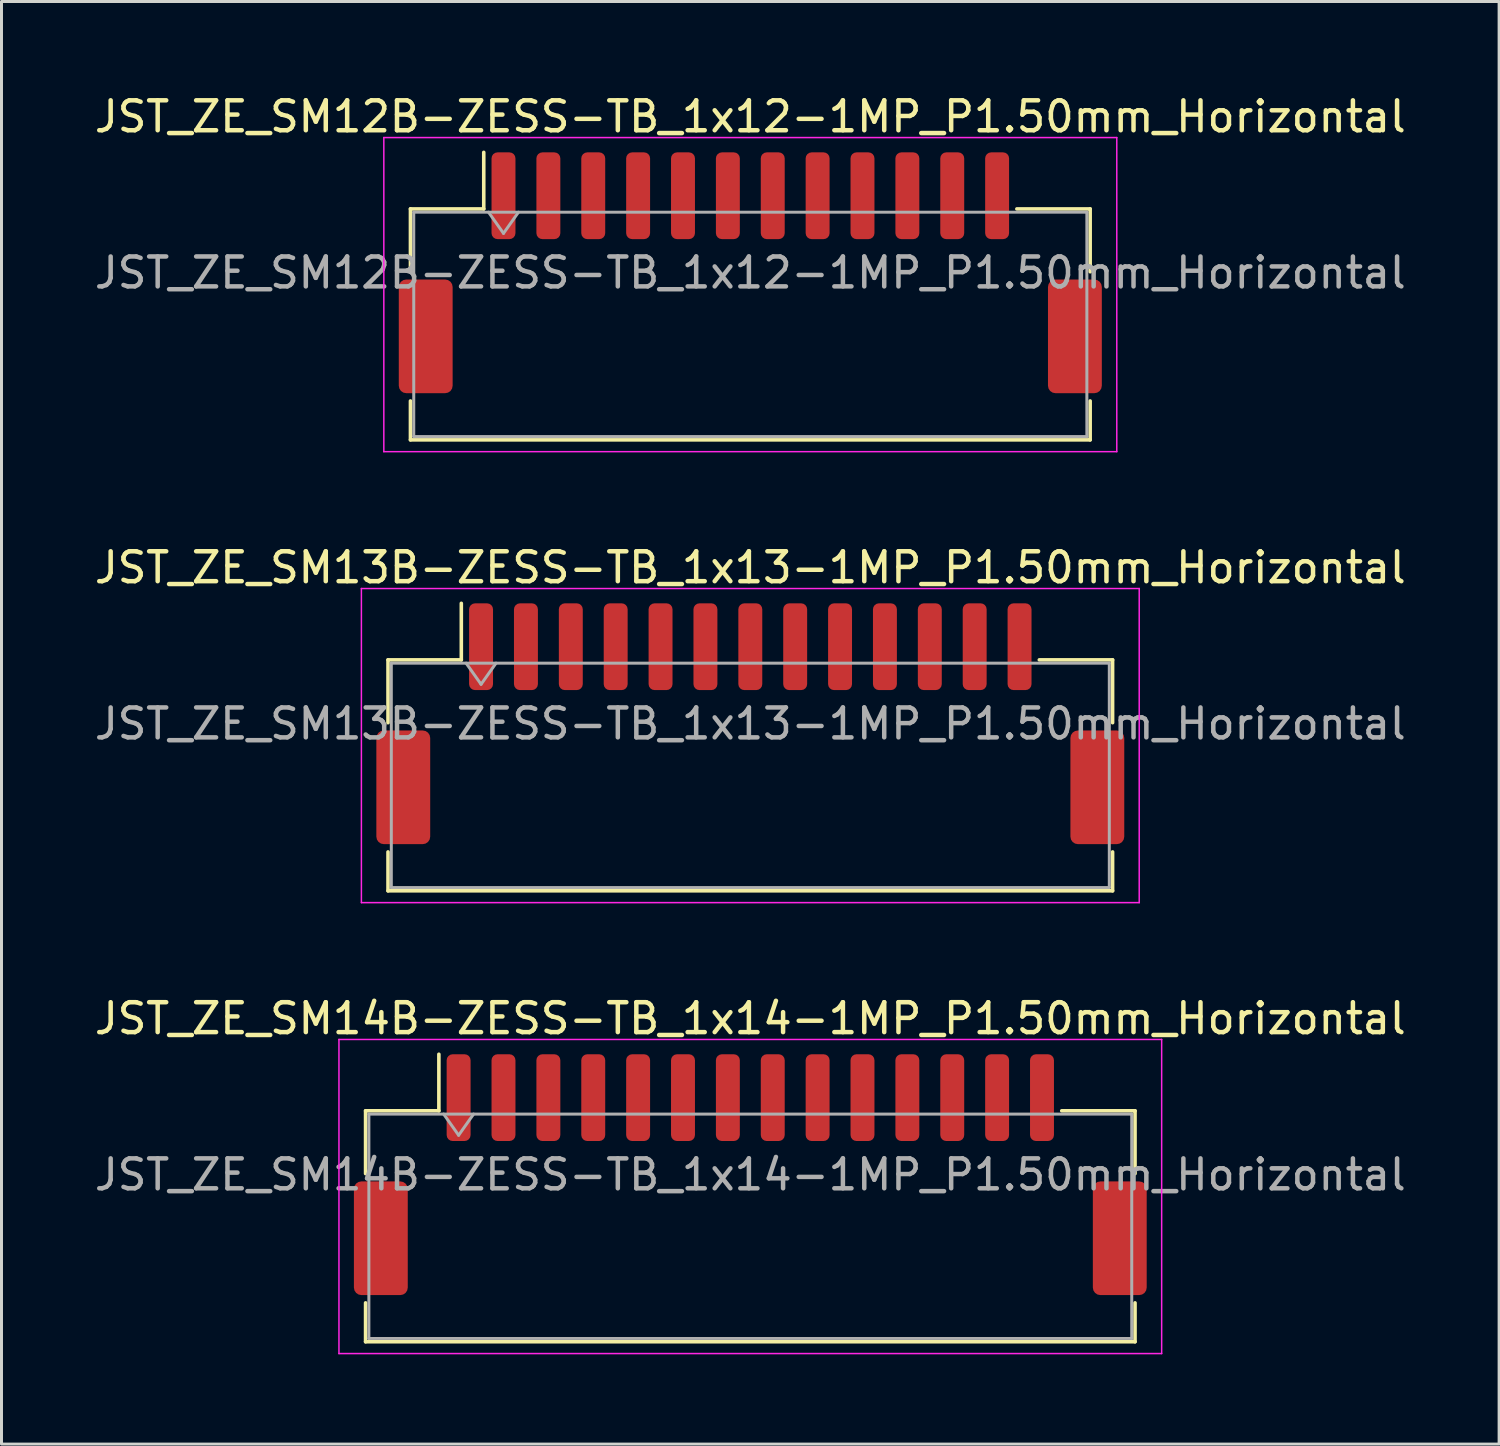
<source format=kicad_pcb>
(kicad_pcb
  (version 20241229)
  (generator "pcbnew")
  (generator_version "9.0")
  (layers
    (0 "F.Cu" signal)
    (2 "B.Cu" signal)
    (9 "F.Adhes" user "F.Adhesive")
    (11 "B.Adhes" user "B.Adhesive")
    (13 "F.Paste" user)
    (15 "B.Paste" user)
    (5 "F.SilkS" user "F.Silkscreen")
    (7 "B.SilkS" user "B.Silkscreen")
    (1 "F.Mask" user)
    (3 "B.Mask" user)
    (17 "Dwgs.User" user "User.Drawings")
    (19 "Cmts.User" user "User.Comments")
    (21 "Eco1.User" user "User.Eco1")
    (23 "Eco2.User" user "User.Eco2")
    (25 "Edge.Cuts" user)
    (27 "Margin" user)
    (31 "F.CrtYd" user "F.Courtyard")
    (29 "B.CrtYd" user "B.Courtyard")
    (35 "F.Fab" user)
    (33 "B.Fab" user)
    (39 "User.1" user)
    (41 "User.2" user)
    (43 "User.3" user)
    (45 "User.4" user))
  (footprint "JST_ZE_SM12B-ZESS-TB_1x12-1MP_P1.50mm_Horizontal"
    (layer "F.Cu")
    (at 22.03 6.068)
    (property "Reference" "JST_ZE_SM12B-ZESS-TB_1x12-1MP_P1.50mm_Horizontal" (at 0 -5.22 0) (layer "F.SilkS") (effects (font (size 1 1) (thickness 0.15))))
    (attr smd)
    (fp_line (start -11.36 -2.135) (end -8.91 -2.135) (stroke (width 0.12) (type solid)) (layer "F.SilkS"))
    (fp_line (start -11.36 -0.035) (end -11.36 -2.135) (stroke (width 0.12) (type solid)) (layer "F.SilkS"))
    (fp_line (start -11.36 4.285) (end -11.36 5.585) (stroke (width 0.12) (type solid)) (layer "F.SilkS"))
    (fp_line (start -11.36 5.585) (end 11.36 5.585) (stroke (width 0.12) (type solid)) (layer "F.SilkS"))
    (fp_line (start -8.91 -2.135) (end -8.91 -4.025) (stroke (width 0.12) (type solid)) (layer "F.SilkS"))
    (fp_line (start 11.36 -2.135) (end 8.91 -2.135) (stroke (width 0.12) (type solid)) (layer "F.SilkS"))
    (fp_line (start 11.36 -0.035) (end 11.36 -2.135) (stroke (width 0.12) (type solid)) (layer "F.SilkS"))
    (fp_line (start 11.36 5.585) (end 11.36 4.285) (stroke (width 0.12) (type solid)) (layer "F.SilkS"))
    (fp_line (start -12.25 -4.52) (end -12.25 5.98) (stroke (width 0.05) (type solid)) (layer "F.CrtYd"))
    (fp_line (start -12.25 5.98) (end 12.25 5.98) (stroke (width 0.05) (type solid)) (layer "F.CrtYd"))
    (fp_line (start 12.25 -4.52) (end -12.25 -4.52) (stroke (width 0.05) (type solid)) (layer "F.CrtYd"))
    (fp_line (start 12.25 5.98) (end 12.25 -4.52) (stroke (width 0.05) (type solid)) (layer "F.CrtYd"))
    (fp_line (start -11.25 -2.025) (end -11.25 5.475) (stroke (width 0.1) (type solid)) (layer "F.Fab"))
    (fp_line (start -11.25 -2.025) (end 11.25 -2.025) (stroke (width 0.1) (type solid)) (layer "F.Fab"))
    (fp_line (start -11.25 5.475) (end 11.25 5.475) (stroke (width 0.1) (type solid)) (layer "F.Fab"))
    (fp_line (start -8.75 -2.025) (end -8.25 -1.318) (stroke (width 0.1) (type solid)) (layer "F.Fab"))
    (fp_line (start -8.25 -1.318) (end -7.75 -2.025) (stroke (width 0.1) (type solid)) (layer "F.Fab"))
    (fp_line (start 11.25 -2.025) (end 11.25 5.475) (stroke (width 0.1) (type solid)) (layer "F.Fab"))
    (fp_text user "${REFERENCE}" (at 0 0 0) (layer "F.Fab") (effects (font (size 1 1) (thickness 0.15))))
    (pad "1" smd roundrect (at -8.25 -2.575) (size 0.8 2.9) (layers "F.Cu" "F.Mask" "F.Paste") (roundrect_rratio 0.25))
    (pad "2" smd roundrect (at -6.75 -2.575) (size 0.8 2.9) (layers "F.Cu" "F.Mask" "F.Paste") (roundrect_rratio 0.25))
    (pad "3" smd roundrect (at -5.25 -2.575) (size 0.8 2.9) (layers "F.Cu" "F.Mask" "F.Paste") (roundrect_rratio 0.25))
    (pad "4" smd roundrect (at -3.75 -2.575) (size 0.8 2.9) (layers "F.Cu" "F.Mask" "F.Paste") (roundrect_rratio 0.25))
    (pad "5" smd roundrect (at -2.25 -2.575) (size 0.8 2.9) (layers "F.Cu" "F.Mask" "F.Paste") (roundrect_rratio 0.25))
    (pad "6" smd roundrect (at -0.75 -2.575) (size 0.8 2.9) (layers "F.Cu" "F.Mask" "F.Paste") (roundrect_rratio 0.25))
    (pad "7" smd roundrect (at 0.75 -2.575) (size 0.8 2.9) (layers "F.Cu" "F.Mask" "F.Paste") (roundrect_rratio 0.25))
    (pad "8" smd roundrect (at 2.25 -2.575) (size 0.8 2.9) (layers "F.Cu" "F.Mask" "F.Paste") (roundrect_rratio 0.25))
    (pad "9" smd roundrect (at 3.75 -2.575) (size 0.8 2.9) (layers "F.Cu" "F.Mask" "F.Paste") (roundrect_rratio 0.25))
    (pad "10" smd roundrect (at 5.25 -2.575) (size 0.8 2.9) (layers "F.Cu" "F.Mask" "F.Paste") (roundrect_rratio 0.25))
    (pad "11" smd roundrect (at 6.75 -2.575) (size 0.8 2.9) (layers "F.Cu" "F.Mask" "F.Paste") (roundrect_rratio 0.25))
    (pad "12" smd roundrect (at 8.25 -2.575) (size 0.8 2.9) (layers "F.Cu" "F.Mask" "F.Paste") (roundrect_rratio 0.25))
    (pad "MP" smd roundrect (at -10.85 2.125) (size 1.8 3.8) (layers "F.Cu" "F.Mask" "F.Paste") (roundrect_rratio 0.139))
    (pad "MP" smd roundrect (at 10.85 2.125) (size 1.8 3.8) (layers "F.Cu" "F.Mask" "F.Paste") (roundrect_rratio 0.139)))
  (footprint "JST_ZE_SM14B-ZESS-TB_1x14-1MP_P1.50mm_Horizontal"
    (layer "F.Cu")
    (at 22.03 36.215)
    (property "Reference" "JST_ZE_SM14B-ZESS-TB_1x14-1MP_P1.50mm_Horizontal" (at 0 -5.22 0) (layer "F.SilkS") (effects (font (size 1 1) (thickness 0.15))))
    (attr smd)
    (fp_line (start -12.86 -2.135) (end -10.41 -2.135) (stroke (width 0.12) (type solid)) (layer "F.SilkS"))
    (fp_line (start -12.86 -0.035) (end -12.86 -2.135) (stroke (width 0.12) (type solid)) (layer "F.SilkS"))
    (fp_line (start -12.86 4.285) (end -12.86 5.585) (stroke (width 0.12) (type solid)) (layer "F.SilkS"))
    (fp_line (start -12.86 5.585) (end 12.86 5.585) (stroke (width 0.12) (type solid)) (layer "F.SilkS"))
    (fp_line (start -10.41 -2.135) (end -10.41 -4.025) (stroke (width 0.12) (type solid)) (layer "F.SilkS"))
    (fp_line (start 12.86 -2.135) (end 10.41 -2.135) (stroke (width 0.12) (type solid)) (layer "F.SilkS"))
    (fp_line (start 12.86 -0.035) (end 12.86 -2.135) (stroke (width 0.12) (type solid)) (layer "F.SilkS"))
    (fp_line (start 12.86 5.585) (end 12.86 4.285) (stroke (width 0.12) (type solid)) (layer "F.SilkS"))
    (fp_line (start -13.75 -4.52) (end -13.75 5.98) (stroke (width 0.05) (type solid)) (layer "F.CrtYd"))
    (fp_line (start -13.75 5.98) (end 13.75 5.98) (stroke (width 0.05) (type solid)) (layer "F.CrtYd"))
    (fp_line (start 13.75 -4.52) (end -13.75 -4.52) (stroke (width 0.05) (type solid)) (layer "F.CrtYd"))
    (fp_line (start 13.75 5.98) (end 13.75 -4.52) (stroke (width 0.05) (type solid)) (layer "F.CrtYd"))
    (fp_line (start -12.75 -2.025) (end -12.75 5.475) (stroke (width 0.1) (type solid)) (layer "F.Fab"))
    (fp_line (start -12.75 -2.025) (end 12.75 -2.025) (stroke (width 0.1) (type solid)) (layer "F.Fab"))
    (fp_line (start -12.75 5.475) (end 12.75 5.475) (stroke (width 0.1) (type solid)) (layer "F.Fab"))
    (fp_line (start -10.25 -2.025) (end -9.75 -1.318) (stroke (width 0.1) (type solid)) (layer "F.Fab"))
    (fp_line (start -9.75 -1.318) (end -9.25 -2.025) (stroke (width 0.1) (type solid)) (layer "F.Fab"))
    (fp_line (start 12.75 -2.025) (end 12.75 5.475) (stroke (width 0.1) (type solid)) (layer "F.Fab"))
    (fp_text user "${REFERENCE}" (at 0 0 0) (layer "F.Fab") (effects (font (size 1 1) (thickness 0.15))))
    (pad "1" smd roundrect (at -9.75 -2.575) (size 0.8 2.9) (layers "F.Cu" "F.Mask" "F.Paste") (roundrect_rratio 0.25))
    (pad "2" smd roundrect (at -8.25 -2.575) (size 0.8 2.9) (layers "F.Cu" "F.Mask" "F.Paste") (roundrect_rratio 0.25))
    (pad "3" smd roundrect (at -6.75 -2.575) (size 0.8 2.9) (layers "F.Cu" "F.Mask" "F.Paste") (roundrect_rratio 0.25))
    (pad "4" smd roundrect (at -5.25 -2.575) (size 0.8 2.9) (layers "F.Cu" "F.Mask" "F.Paste") (roundrect_rratio 0.25))
    (pad "5" smd roundrect (at -3.75 -2.575) (size 0.8 2.9) (layers "F.Cu" "F.Mask" "F.Paste") (roundrect_rratio 0.25))
    (pad "6" smd roundrect (at -2.25 -2.575) (size 0.8 2.9) (layers "F.Cu" "F.Mask" "F.Paste") (roundrect_rratio 0.25))
    (pad "7" smd roundrect (at -0.75 -2.575) (size 0.8 2.9) (layers "F.Cu" "F.Mask" "F.Paste") (roundrect_rratio 0.25))
    (pad "8" smd roundrect (at 0.75 -2.575) (size 0.8 2.9) (layers "F.Cu" "F.Mask" "F.Paste") (roundrect_rratio 0.25))
    (pad "9" smd roundrect (at 2.25 -2.575) (size 0.8 2.9) (layers "F.Cu" "F.Mask" "F.Paste") (roundrect_rratio 0.25))
    (pad "10" smd roundrect (at 3.75 -2.575) (size 0.8 2.9) (layers "F.Cu" "F.Mask" "F.Paste") (roundrect_rratio 0.25))
    (pad "11" smd roundrect (at 5.25 -2.575) (size 0.8 2.9) (layers "F.Cu" "F.Mask" "F.Paste") (roundrect_rratio 0.25))
    (pad "12" smd roundrect (at 6.75 -2.575) (size 0.8 2.9) (layers "F.Cu" "F.Mask" "F.Paste") (roundrect_rratio 0.25))
    (pad "13" smd roundrect (at 8.25 -2.575) (size 0.8 2.9) (layers "F.Cu" "F.Mask" "F.Paste") (roundrect_rratio 0.25))
    (pad "14" smd roundrect (at 9.75 -2.575) (size 0.8 2.9) (layers "F.Cu" "F.Mask" "F.Paste") (roundrect_rratio 0.25))
    (pad "MP" smd roundrect (at -12.35 2.125) (size 1.8 3.8) (layers "F.Cu" "F.Mask" "F.Paste") (roundrect_rratio 0.139))
    (pad "MP" smd roundrect (at 12.35 2.125) (size 1.8 3.8) (layers "F.Cu" "F.Mask" "F.Paste") (roundrect_rratio 0.139)))
  (footprint "JST_ZE_SM13B-ZESS-TB_1x13-1MP_P1.50mm_Horizontal"
    (layer "F.Cu")
    (at 22.03 21.142)
    (property "Reference" "JST_ZE_SM13B-ZESS-TB_1x13-1MP_P1.50mm_Horizontal" (at 0 -5.22 0) (layer "F.SilkS") (effects (font (size 1 1) (thickness 0.15))))
    (attr smd)
    (fp_line (start -12.11 -2.135) (end -9.66 -2.135) (stroke (width 0.12) (type solid)) (layer "F.SilkS"))
    (fp_line (start -12.11 -0.035) (end -12.11 -2.135) (stroke (width 0.12) (type solid)) (layer "F.SilkS"))
    (fp_line (start -12.11 4.285) (end -12.11 5.585) (stroke (width 0.12) (type solid)) (layer "F.SilkS"))
    (fp_line (start -12.11 5.585) (end 12.11 5.585) (stroke (width 0.12) (type solid)) (layer "F.SilkS"))
    (fp_line (start -9.66 -2.135) (end -9.66 -4.025) (stroke (width 0.12) (type solid)) (layer "F.SilkS"))
    (fp_line (start 12.11 -2.135) (end 9.66 -2.135) (stroke (width 0.12) (type solid)) (layer "F.SilkS"))
    (fp_line (start 12.11 -0.035) (end 12.11 -2.135) (stroke (width 0.12) (type solid)) (layer "F.SilkS"))
    (fp_line (start 12.11 5.585) (end 12.11 4.285) (stroke (width 0.12) (type solid)) (layer "F.SilkS"))
    (fp_line (start -13 -4.52) (end -13 5.98) (stroke (width 0.05) (type solid)) (layer "F.CrtYd"))
    (fp_line (start -13 5.98) (end 13 5.98) (stroke (width 0.05) (type solid)) (layer "F.CrtYd"))
    (fp_line (start 13 -4.52) (end -13 -4.52) (stroke (width 0.05) (type solid)) (layer "F.CrtYd"))
    (fp_line (start 13 5.98) (end 13 -4.52) (stroke (width 0.05) (type solid)) (layer "F.CrtYd"))
    (fp_line (start -12 -2.025) (end -12 5.475) (stroke (width 0.1) (type solid)) (layer "F.Fab"))
    (fp_line (start -12 -2.025) (end 12 -2.025) (stroke (width 0.1) (type solid)) (layer "F.Fab"))
    (fp_line (start -12 5.475) (end 12 5.475) (stroke (width 0.1) (type solid)) (layer "F.Fab"))
    (fp_line (start -9.5 -2.025) (end -9 -1.318) (stroke (width 0.1) (type solid)) (layer "F.Fab"))
    (fp_line (start -9 -1.318) (end -8.5 -2.025) (stroke (width 0.1) (type solid)) (layer "F.Fab"))
    (fp_line (start 12 -2.025) (end 12 5.475) (stroke (width 0.1) (type solid)) (layer "F.Fab"))
    (fp_text user "${REFERENCE}" (at 0 0 0) (layer "F.Fab") (effects (font (size 1 1) (thickness 0.15))))
    (pad "1" smd roundrect (at -9 -2.575) (size 0.8 2.9) (layers "F.Cu" "F.Mask" "F.Paste") (roundrect_rratio 0.25))
    (pad "2" smd roundrect (at -7.5 -2.575) (size 0.8 2.9) (layers "F.Cu" "F.Mask" "F.Paste") (roundrect_rratio 0.25))
    (pad "3" smd roundrect (at -6 -2.575) (size 0.8 2.9) (layers "F.Cu" "F.Mask" "F.Paste") (roundrect_rratio 0.25))
    (pad "4" smd roundrect (at -4.5 -2.575) (size 0.8 2.9) (layers "F.Cu" "F.Mask" "F.Paste") (roundrect_rratio 0.25))
    (pad "5" smd roundrect (at -3 -2.575) (size 0.8 2.9) (layers "F.Cu" "F.Mask" "F.Paste") (roundrect_rratio 0.25))
    (pad "6" smd roundrect (at -1.5 -2.575) (size 0.8 2.9) (layers "F.Cu" "F.Mask" "F.Paste") (roundrect_rratio 0.25))
    (pad "7" smd roundrect (at 0 -2.575) (size 0.8 2.9) (layers "F.Cu" "F.Mask" "F.Paste") (roundrect_rratio 0.25))
    (pad "8" smd roundrect (at 1.5 -2.575) (size 0.8 2.9) (layers "F.Cu" "F.Mask" "F.Paste") (roundrect_rratio 0.25))
    (pad "9" smd roundrect (at 3 -2.575) (size 0.8 2.9) (layers "F.Cu" "F.Mask" "F.Paste") (roundrect_rratio 0.25))
    (pad "10" smd roundrect (at 4.5 -2.575) (size 0.8 2.9) (layers "F.Cu" "F.Mask" "F.Paste") (roundrect_rratio 0.25))
    (pad "11" smd roundrect (at 6 -2.575) (size 0.8 2.9) (layers "F.Cu" "F.Mask" "F.Paste") (roundrect_rratio 0.25))
    (pad "12" smd roundrect (at 7.5 -2.575) (size 0.8 2.9) (layers "F.Cu" "F.Mask" "F.Paste") (roundrect_rratio 0.25))
    (pad "13" smd roundrect (at 9 -2.575) (size 0.8 2.9) (layers "F.Cu" "F.Mask" "F.Paste") (roundrect_rratio 0.25))
    (pad "MP" smd roundrect (at -11.6 2.125) (size 1.8 3.8) (layers "F.Cu" "F.Mask" "F.Paste") (roundrect_rratio 0.139))
    (pad "MP" smd roundrect (at 11.6 2.125) (size 1.8 3.8) (layers "F.Cu" "F.Mask" "F.Paste") (roundrect_rratio 0.139)))
  (gr_rect
    (start -3 -3)
    (end 47.06 45.22)
    (stroke (width 0.1) (type default))
    (fill no)
    (layer "Edge.Cuts")))
</source>
